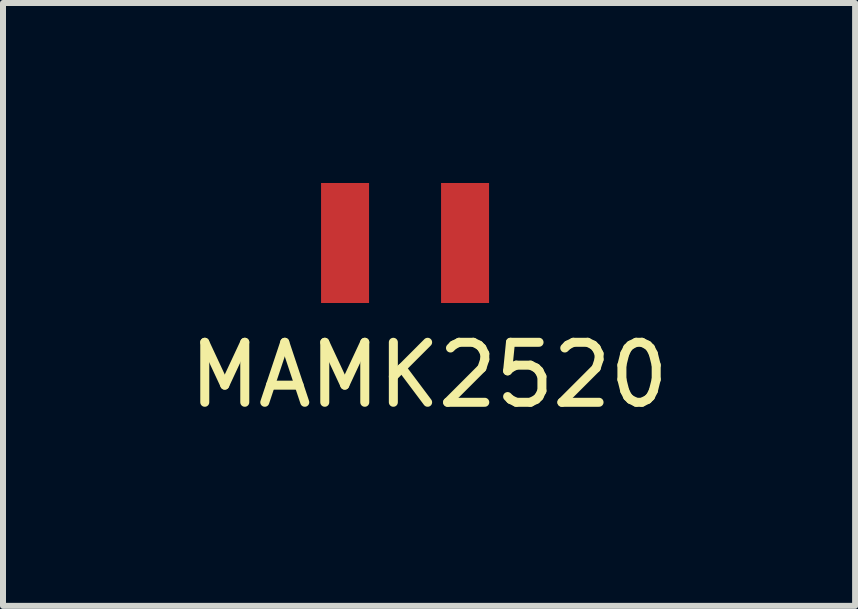
<source format=kicad_pcb>
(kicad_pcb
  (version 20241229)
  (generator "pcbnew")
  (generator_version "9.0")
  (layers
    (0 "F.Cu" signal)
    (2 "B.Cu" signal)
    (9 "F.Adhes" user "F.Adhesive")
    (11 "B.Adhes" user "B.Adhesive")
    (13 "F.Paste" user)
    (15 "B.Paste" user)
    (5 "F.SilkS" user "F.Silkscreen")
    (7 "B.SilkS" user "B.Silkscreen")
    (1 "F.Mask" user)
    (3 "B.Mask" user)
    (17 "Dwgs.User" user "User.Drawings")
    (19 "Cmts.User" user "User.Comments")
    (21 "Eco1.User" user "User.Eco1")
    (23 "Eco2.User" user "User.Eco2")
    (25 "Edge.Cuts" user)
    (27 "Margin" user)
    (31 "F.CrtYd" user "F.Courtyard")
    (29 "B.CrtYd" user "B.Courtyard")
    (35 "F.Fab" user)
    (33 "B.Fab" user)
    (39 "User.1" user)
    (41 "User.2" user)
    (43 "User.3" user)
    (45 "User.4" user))
  (footprint "MAMK2520"
    (layer "F.Cu")
    (at 4.501 1)
    (property "Reference" "MAMK2520" (at -0.4 2.2 0) (layer "F.SilkS") (effects (font (size 1 1) (thickness 0.15))))
    (attr through_hole)
    (pad "1" smd rect (at -1.8 0) (size 0.8 2) (layers "F.Cu" "F.Mask" "F.Paste"))
    (pad "2" smd rect (at 0.2 0) (size 0.8 2) (layers "F.Cu" "F.Mask" "F.Paste")))
  (gr_rect
    (start -3 -3)
    (end 11.202 7.048)
    (stroke (width 0.1) (type default))
    (fill no)
    (layer "Edge.Cuts")))
</source>
